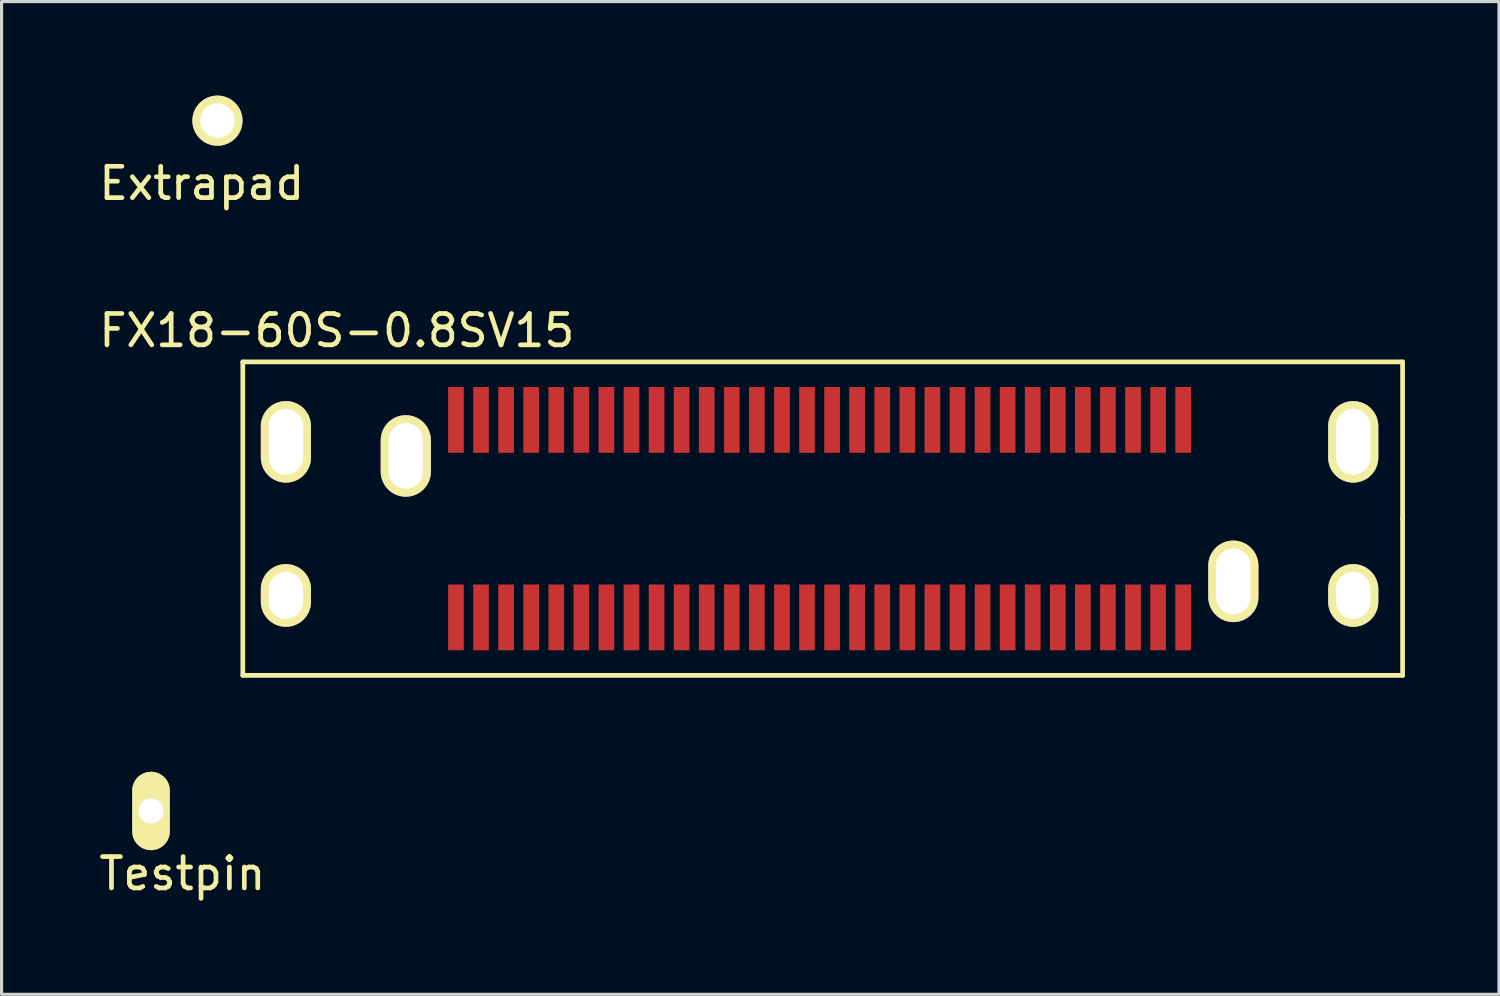
<source format=kicad_pcb>
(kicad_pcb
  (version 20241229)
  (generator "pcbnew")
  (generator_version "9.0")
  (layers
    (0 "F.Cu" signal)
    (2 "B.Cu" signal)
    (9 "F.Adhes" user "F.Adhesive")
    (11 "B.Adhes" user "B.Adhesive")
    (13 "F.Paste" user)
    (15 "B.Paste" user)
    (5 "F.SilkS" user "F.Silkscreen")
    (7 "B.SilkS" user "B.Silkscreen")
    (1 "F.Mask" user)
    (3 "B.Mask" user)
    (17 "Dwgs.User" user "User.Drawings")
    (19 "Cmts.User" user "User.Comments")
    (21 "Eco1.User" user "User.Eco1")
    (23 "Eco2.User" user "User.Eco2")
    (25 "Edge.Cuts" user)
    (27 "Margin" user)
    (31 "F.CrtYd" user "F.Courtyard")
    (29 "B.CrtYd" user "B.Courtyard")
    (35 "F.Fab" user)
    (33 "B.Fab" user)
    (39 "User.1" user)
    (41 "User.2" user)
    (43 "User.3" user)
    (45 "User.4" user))
  (footprint "Extrapad"
    (layer "F.Cu")
    (at 3.887 0.8)
    (property "Reference" "Extrapad" (at -0.5 2 0) (layer "F.SilkS") (effects (font (size 1 1) (thickness 0.15))))
    (attr through_hole)
    (pad "~" thru_hole circle (at 0 0) (size 1.6 1.6) (drill 1.1) (layers "*.Cu" "*.Mask" "F.SilkS")))
  (footprint "Testpin"
    (layer "F.Cu")
    (at 1.768 22.822)
    (property "Reference" "Testpin" (at 1 2 0) (layer "F.SilkS") (effects (font (size 1 1) (thickness 0.15))))
    (attr through_hole)
    (pad "1" thru_hole oval (at 0 0) (size 1.2 2.5) (drill 0.8) (layers "*.Cu" "*.Mask" "F.SilkS")))
  (footprint "FX18-60S-0.8SV15"
    (layer "F.Cu")
    (at 34.696 13.496)
    (property "Reference" "FX18-60S-0.8SV15" (at -27 -6 0) (layer "F.SilkS") (effects (font (size 1 1) (thickness 0.15))))
    (attr through_hole)
    (fp_line (start -30 -5) (end -30 5) (stroke (width 0.15) (type solid)) (layer "F.SilkS"))
    (fp_line (start -30 5) (end 7 5) (stroke (width 0.15) (type solid)) (layer "F.SilkS"))
    (fp_line (start 7 -5) (end -30 -5) (stroke (width 0.15) (type solid)) (layer "F.SilkS"))
    (fp_line (start 7 0) (end 7 -5) (stroke (width 0.15) (type solid)) (layer "F.SilkS"))
    (fp_line (start 7 5) (end 7 0) (stroke (width 0.15) (type solid)) (layer "F.SilkS"))
    (pad "1" smd rect (at 0 3.15) (size 0.5 2.1) (layers "F.Cu" "F.Mask" "F.Paste"))
    (pad "2" smd rect (at -0.8 3.15) (size 0.5 2.1) (layers "F.Cu" "F.Mask" "F.Paste"))
    (pad "3" smd rect (at -1.6 3.15) (size 0.5 2.1) (layers "F.Cu" "F.Mask" "F.Paste"))
    (pad "4" smd rect (at -2.4 3.15) (size 0.5 2.1) (layers "F.Cu" "F.Mask" "F.Paste"))
    (pad "5" smd rect (at -3.2 3.15) (size 0.5 2.1) (layers "F.Cu" "F.Mask" "F.Paste"))
    (pad "6" smd rect (at -4 3.15) (size 0.5 2.1) (layers "F.Cu" "F.Mask" "F.Paste"))
    (pad "7" smd rect (at -4.8 3.15) (size 0.5 2.1) (layers "F.Cu" "F.Mask" "F.Paste"))
    (pad "8" smd rect (at -5.6 3.15) (size 0.5 2.1) (layers "F.Cu" "F.Mask" "F.Paste"))
    (pad "9" smd rect (at -6.4 3.15) (size 0.5 2.1) (layers "F.Cu" "F.Mask" "F.Paste"))
    (pad "10" smd rect (at -7.2 3.15) (size 0.5 2.1) (layers "F.Cu" "F.Mask" "F.Paste"))
    (pad "11" smd rect (at -8 3.15) (size 0.5 2.1) (layers "F.Cu" "F.Mask" "F.Paste"))
    (pad "12" smd rect (at -8.8 3.15) (size 0.5 2.1) (layers "F.Cu" "F.Mask" "F.Paste"))
    (pad "13" smd rect (at -9.6 3.15) (size 0.5 2.1) (layers "F.Cu" "F.Mask" "F.Paste"))
    (pad "14" smd rect (at -10.4 3.15) (size 0.5 2.1) (layers "F.Cu" "F.Mask" "F.Paste"))
    (pad "15" smd rect (at -11.2 3.15) (size 0.5 2.1) (layers "F.Cu" "F.Mask" "F.Paste"))
    (pad "16" smd rect (at -12 3.15) (size 0.5 2.1) (layers "F.Cu" "F.Mask" "F.Paste"))
    (pad "17" smd rect (at -12.8 3.15) (size 0.5 2.1) (layers "F.Cu" "F.Mask" "F.Paste"))
    (pad "18" smd rect (at -13.6 3.15) (size 0.5 2.1) (layers "F.Cu" "F.Mask" "F.Paste"))
    (pad "19" smd rect (at -14.4 3.15) (size 0.5 2.1) (layers "F.Cu" "F.Mask" "F.Paste"))
    (pad "20" smd rect (at -15.2 3.15) (size 0.5 2.1) (layers "F.Cu" "F.Mask" "F.Paste"))
    (pad "21" smd rect (at -16 3.15) (size 0.5 2.1) (layers "F.Cu" "F.Mask" "F.Paste"))
    (pad "22" smd rect (at -16.8 3.15) (size 0.5 2.1) (layers "F.Cu" "F.Mask" "F.Paste"))
    (pad "23" smd rect (at -17.6 3.15) (size 0.5 2.1) (layers "F.Cu" "F.Mask" "F.Paste"))
    (pad "24" smd rect (at -18.4 3.15) (size 0.5 2.1) (layers "F.Cu" "F.Mask" "F.Paste"))
    (pad "25" smd rect (at -19.2 3.15) (size 0.5 2.1) (layers "F.Cu" "F.Mask" "F.Paste"))
    (pad "26" smd rect (at -20 3.15) (size 0.5 2.1) (layers "F.Cu" "F.Mask" "F.Paste"))
    (pad "27" smd rect (at -20.8 3.15) (size 0.5 2.1) (layers "F.Cu" "F.Mask" "F.Paste"))
    (pad "28" smd rect (at -21.6 3.15) (size 0.5 2.1) (layers "F.Cu" "F.Mask" "F.Paste"))
    (pad "29" smd rect (at -22.4 3.15) (size 0.5 2.1) (layers "F.Cu" "F.Mask" "F.Paste"))
    (pad "30" smd rect (at -23.2 3.15) (size 0.5 2.1) (layers "F.Cu" "F.Mask" "F.Paste"))
    (pad "31" smd rect (at 0 -3.15) (size 0.5 2.1) (layers "F.Cu" "F.Mask" "F.Paste"))
    (pad "32" smd rect (at -0.8 -3.15) (size 0.5 2.1) (layers "F.Cu" "F.Mask" "F.Paste"))
    (pad "33" smd rect (at -1.6 -3.15) (size 0.5 2.1) (layers "F.Cu" "F.Mask" "F.Paste"))
    (pad "34" smd rect (at -2.4 -3.15) (size 0.5 2.1) (layers "F.Cu" "F.Mask" "F.Paste"))
    (pad "35" smd rect (at -3.2 -3.15) (size 0.5 2.1) (layers "F.Cu" "F.Mask" "F.Paste"))
    (pad "36" smd rect (at -4 -3.15) (size 0.5 2.1) (layers "F.Cu" "F.Mask" "F.Paste"))
    (pad "37" smd rect (at -4.8 -3.15) (size 0.5 2.1) (layers "F.Cu" "F.Mask" "F.Paste"))
    (pad "38" smd rect (at -5.6 -3.15) (size 0.5 2.1) (layers "F.Cu" "F.Mask" "F.Paste"))
    (pad "39" smd rect (at -6.4 -3.15) (size 0.5 2.1) (layers "F.Cu" "F.Mask" "F.Paste"))
    (pad "40" smd rect (at -7.2 -3.15) (size 0.5 2.1) (layers "F.Cu" "F.Mask" "F.Paste"))
    (pad "41" smd rect (at -8 -3.15) (size 0.5 2.1) (layers "F.Cu" "F.Mask" "F.Paste"))
    (pad "42" smd rect (at -8.8 -3.15) (size 0.5 2.1) (layers "F.Cu" "F.Mask" "F.Paste"))
    (pad "43" smd rect (at -9.6 -3.15) (size 0.5 2.1) (layers "F.Cu" "F.Mask" "F.Paste"))
    (pad "44" smd rect (at -10.4 -3.15) (size 0.5 2.1) (layers "F.Cu" "F.Mask" "F.Paste"))
    (pad "45" smd rect (at -11.2 -3.15) (size 0.5 2.1) (layers "F.Cu" "F.Mask" "F.Paste"))
    (pad "46" smd rect (at -12 -3.15) (size 0.5 2.1) (layers "F.Cu" "F.Mask" "F.Paste"))
    (pad "47" smd rect (at -12.8 -3.15) (size 0.5 2.1) (layers "F.Cu" "F.Mask" "F.Paste"))
    (pad "48" smd rect (at -13.6 -3.15) (size 0.5 2.1) (layers "F.Cu" "F.Mask" "F.Paste"))
    (pad "49" smd rect (at -14.4 -3.15) (size 0.5 2.1) (layers "F.Cu" "F.Mask" "F.Paste"))
    (pad "50" smd rect (at -15.2 -3.15) (size 0.5 2.1) (layers "F.Cu" "F.Mask" "F.Paste"))
    (pad "51" smd rect (at -16 -3.15) (size 0.5 2.1) (layers "F.Cu" "F.Mask" "F.Paste"))
    (pad "52" smd rect (at -16.8 -3.15) (size 0.5 2.1) (layers "F.Cu" "F.Mask" "F.Paste"))
    (pad "53" smd rect (at -17.6 -3.15) (size 0.5 2.1) (layers "F.Cu" "F.Mask" "F.Paste"))
    (pad "54" smd rect (at -18.4 -3.15) (size 0.5 2.1) (layers "F.Cu" "F.Mask" "F.Paste"))
    (pad "55" smd rect (at -19.2 -3.15) (size 0.5 2.1) (layers "F.Cu" "F.Mask" "F.Paste"))
    (pad "56" smd rect (at -20 -3.15) (size 0.5 2.1) (layers "F.Cu" "F.Mask" "F.Paste"))
    (pad "57" smd rect (at -20.8 -3.15) (size 0.5 2.1) (layers "F.Cu" "F.Mask" "F.Paste"))
    (pad "58" smd rect (at -21.6 -3.15) (size 0.5 2.1) (layers "F.Cu" "F.Mask" "F.Paste"))
    (pad "59" smd rect (at -22.4 -3.15) (size 0.5 2.1) (layers "F.Cu" "F.Mask" "F.Paste"))
    (pad "60" smd rect (at -23.2 -3.15) (size 0.5 2.1) (layers "F.Cu" "F.Mask" "F.Paste"))
    (pad "A1" thru_hole oval (at 5.425 2.45) (size 1.6 2) (drill oval 1.1 1.5) (layers "*.Cu" "*.Mask" "F.SilkS"))
    (pad "A2" thru_hole oval (at 5.425 -2.45) (size 1.6 2.6) (drill oval 1.1 2.1) (layers "*.Cu" "*.Mask" "F.SilkS"))
    (pad "A3" thru_hole oval (at -28.625 -2.45) (size 1.6 2.6) (drill oval 1.1 2.1) (layers "*.Cu" "*.Mask" "F.SilkS"))
    (pad "A4" thru_hole oval (at -28.625 2.45) (size 1.6 2) (drill oval 1.1 1.5) (layers "*.Cu" "*.Mask" "F.SilkS"))
    (pad "B1" thru_hole oval (at 1.6 2) (size 1.6 2.6) (drill oval 1.1 2.1) (layers "*.Cu" "*.Mask" "F.SilkS"))
    (pad "B2" thru_hole oval (at -24.8 -2) (size 1.6 2.6) (drill oval 1.1 2.1) (layers "*.Cu" "*.Mask" "F.SilkS")))
  (gr_rect
    (start -3 -3)
    (end 44.771 28.67)
    (stroke (width 0.1) (type default))
    (fill no)
    (layer "Edge.Cuts")))
</source>
